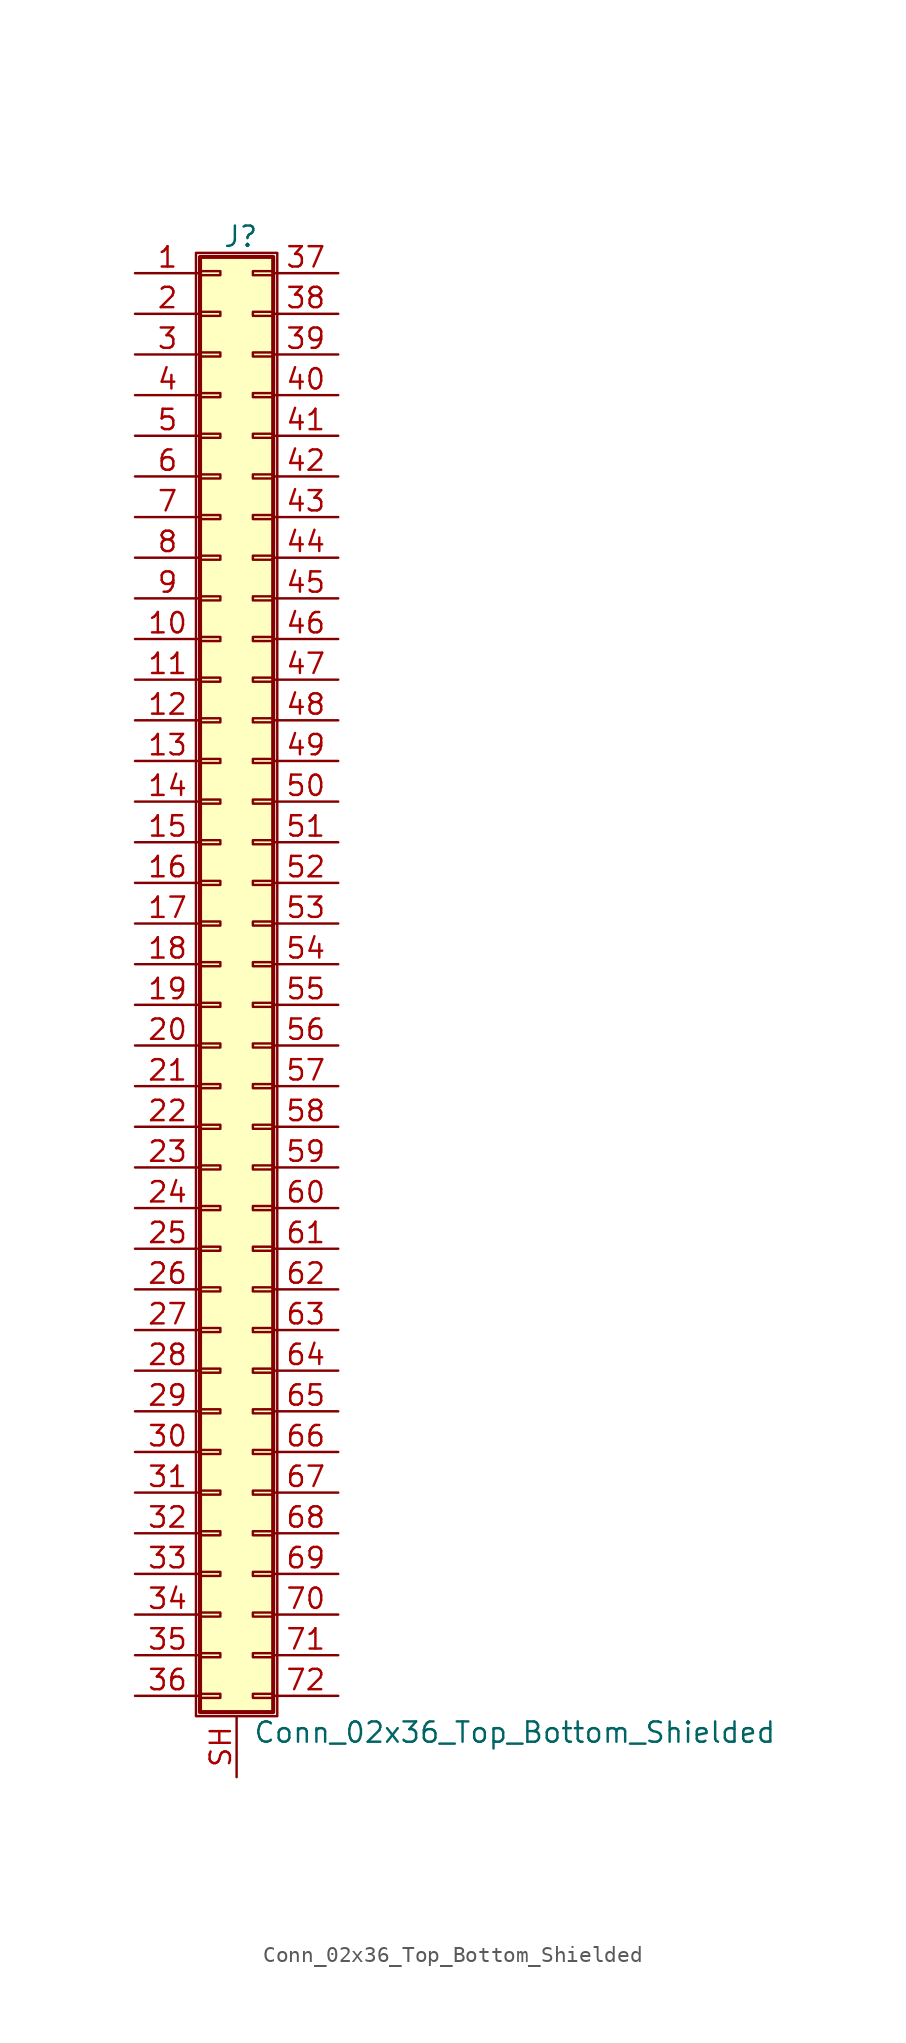
<source format=kicad_sym>
(kicad_symbol_lib
  (version 20201005)
  (generator kicad_symbol_editor)
  (symbol "Conn_02x36_Top_Bottom_Shielded"
    (pin_names
      (offset 1.016) hide)
    (property "Reference" "J"
      (at 1.524 45.466 0)
      (effects (font (size 1.27 1.27))))
    (property "Value" "Conn_02x36_Top_Bottom_Shielded"
      (at 2.286 -48.006 0)
      (effects (font (size 1.27 1.27)) (justify left)))
    (symbol "Conn_02x36_Top_Bottom_Shielded_1_1"
      (rectangle (start -1.27 44.45) (end 3.81 -46.99) (stroke (width 0.152)) (fill (type none)))
      (rectangle (start -1.016 -45.593) (end 0.254 -45.847) (stroke (width 0.152)) (fill (type none)))
      (rectangle (start -1.016 -43.053) (end 0.254 -43.307) (stroke (width 0.152)) (fill (type none)))
      (rectangle (start -1.016 -40.513) (end 0.254 -40.767) (stroke (width 0.152)) (fill (type none)))
      (rectangle (start -1.016 -37.973) (end 0.254 -38.227) (stroke (width 0.152)) (fill (type none)))
      (rectangle (start -1.016 -35.433) (end 0.254 -35.687) (stroke (width 0.152)) (fill (type none)))
      (rectangle (start -1.016 -32.893) (end 0.254 -33.147) (stroke (width 0.152)) (fill (type none)))
      (rectangle (start -1.016 -30.353) (end 0.254 -30.607) (stroke (width 0.152)) (fill (type none)))
      (rectangle (start -1.016 -27.813) (end 0.254 -28.067) (stroke (width 0.152)) (fill (type none)))
      (rectangle (start -1.016 -25.273) (end 0.254 -25.527) (stroke (width 0.152)) (fill (type none)))
      (rectangle (start -1.016 -22.733) (end 0.254 -22.987) (stroke (width 0.152)) (fill (type none)))
      (rectangle (start -1.016 -20.193) (end 0.254 -20.447) (stroke (width 0.152)) (fill (type none)))
      (rectangle (start -1.016 -17.653) (end 0.254 -17.907) (stroke (width 0.152)) (fill (type none)))
      (rectangle (start -1.016 -15.113) (end 0.254 -15.367) (stroke (width 0.152)) (fill (type none)))
      (rectangle (start -1.016 -12.573) (end 0.254 -12.827) (stroke (width 0.152)) (fill (type none)))
      (rectangle (start -1.016 -10.033) (end 0.254 -10.287) (stroke (width 0.152)) (fill (type none)))
      (rectangle (start -1.016 -7.493) (end 0.254 -7.747) (stroke (width 0.152)) (fill (type none)))
      (rectangle (start -1.016 -4.953) (end 0.254 -5.207) (stroke (width 0.152)) (fill (type none)))
      (rectangle (start -1.016 -2.413) (end 0.254 -2.667) (stroke (width 0.152)) (fill (type none)))
      (rectangle (start -1.016 0.127) (end 0.254 -0.127) (stroke (width 0.152)) (fill (type none)))
      (rectangle (start -1.016 2.667) (end 0.254 2.413) (stroke (width 0.152)) (fill (type none)))
      (rectangle (start -1.016 5.207) (end 0.254 4.953) (stroke (width 0.152)) (fill (type none)))
      (rectangle (start -1.016 7.747) (end 0.254 7.493) (stroke (width 0.152)) (fill (type none)))
      (rectangle (start -1.016 10.287) (end 0.254 10.033) (stroke (width 0.152)) (fill (type none)))
      (rectangle (start -1.016 12.827) (end 0.254 12.573) (stroke (width 0.152)) (fill (type none)))
      (rectangle (start -1.016 15.367) (end 0.254 15.113) (stroke (width 0.152)) (fill (type none)))
      (rectangle (start -1.016 17.907) (end 0.254 17.653) (stroke (width 0.152)) (fill (type none)))
      (rectangle (start -1.016 20.447) (end 0.254 20.193) (stroke (width 0.152)) (fill (type none)))
      (rectangle (start -1.016 22.987) (end 0.254 22.733) (stroke (width 0.152)) (fill (type none)))
      (rectangle (start -1.016 25.527) (end 0.254 25.273) (stroke (width 0.152)) (fill (type none)))
      (rectangle (start -1.016 28.067) (end 0.254 27.813) (stroke (width 0.152)) (fill (type none)))
      (rectangle (start -1.016 30.607) (end 0.254 30.353) (stroke (width 0.152)) (fill (type none)))
      (rectangle (start -1.016 33.147) (end 0.254 32.893) (stroke (width 0.152)) (fill (type none)))
      (rectangle (start -1.016 35.687) (end 0.254 35.433) (stroke (width 0.152)) (fill (type none)))
      (rectangle (start -1.016 38.227) (end 0.254 37.973) (stroke (width 0.152)) (fill (type none)))
      (rectangle (start -1.016 40.767) (end 0.254 40.513) (stroke (width 0.152)) (fill (type none)))
      (rectangle (start -1.016 43.307) (end 0.254 43.053) (stroke (width 0.152)) (fill (type none)))
      (rectangle (start 3.556 -45.593) (end 2.286 -45.847) (stroke (width 0.152)) (fill (type none)))
      (rectangle (start 3.556 -43.053) (end 2.286 -43.307) (stroke (width 0.152)) (fill (type none)))
      (rectangle (start 3.556 -40.513) (end 2.286 -40.767) (stroke (width 0.152)) (fill (type none)))
      (rectangle (start 3.556 -37.973) (end 2.286 -38.227) (stroke (width 0.152)) (fill (type none)))
      (rectangle (start 3.556 -35.433) (end 2.286 -35.687) (stroke (width 0.152)) (fill (type none)))
      (rectangle (start 3.556 -32.893) (end 2.286 -33.147) (stroke (width 0.152)) (fill (type none)))
      (rectangle (start 3.556 -30.353) (end 2.286 -30.607) (stroke (width 0.152)) (fill (type none)))
      (rectangle (start 3.556 -27.813) (end 2.286 -28.067) (stroke (width 0.152)) (fill (type none)))
      (rectangle (start 3.556 -25.273) (end 2.286 -25.527) (stroke (width 0.152)) (fill (type none)))
      (rectangle (start 3.556 -22.733) (end 2.286 -22.987) (stroke (width 0.152)) (fill (type none)))
      (rectangle (start 3.556 -20.193) (end 2.286 -20.447) (stroke (width 0.152)) (fill (type none)))
      (rectangle (start 3.556 -17.653) (end 2.286 -17.907) (stroke (width 0.152)) (fill (type none)))
      (rectangle (start 3.556 -15.113) (end 2.286 -15.367) (stroke (width 0.152)) (fill (type none)))
      (rectangle (start 3.556 -12.573) (end 2.286 -12.827) (stroke (width 0.152)) (fill (type none)))
      (rectangle (start 3.556 -10.033) (end 2.286 -10.287) (stroke (width 0.152)) (fill (type none)))
      (rectangle (start 3.556 -7.493) (end 2.286 -7.747) (stroke (width 0.152)) (fill (type none)))
      (rectangle (start 3.556 -4.953) (end 2.286 -5.207) (stroke (width 0.152)) (fill (type none)))
      (rectangle (start 3.556 -2.413) (end 2.286 -2.667) (stroke (width 0.152)) (fill (type none)))
      (rectangle (start 3.556 0.127) (end 2.286 -0.127) (stroke (width 0.152)) (fill (type none)))
      (rectangle (start 3.556 2.667) (end 2.286 2.413) (stroke (width 0.152)) (fill (type none)))
      (rectangle (start 3.556 5.207) (end 2.286 4.953) (stroke (width 0.152)) (fill (type none)))
      (rectangle (start 3.556 7.747) (end 2.286 7.493) (stroke (width 0.152)) (fill (type none)))
      (rectangle (start 3.556 10.287) (end 2.286 10.033) (stroke (width 0.152)) (fill (type none)))
      (rectangle (start 3.556 12.827) (end 2.286 12.573) (stroke (width 0.152)) (fill (type none)))
      (rectangle (start 3.556 15.367) (end 2.286 15.113) (stroke (width 0.152)) (fill (type none)))
      (rectangle (start 3.556 17.907) (end 2.286 17.653) (stroke (width 0.152)) (fill (type none)))
      (rectangle (start 3.556 20.447) (end 2.286 20.193) (stroke (width 0.152)) (fill (type none)))
      (rectangle (start 3.556 22.987) (end 2.286 22.733) (stroke (width 0.152)) (fill (type none)))
      (rectangle (start 3.556 25.527) (end 2.286 25.273) (stroke (width 0.152)) (fill (type none)))
      (rectangle (start 3.556 28.067) (end 2.286 27.813) (stroke (width 0.152)) (fill (type none)))
      (rectangle (start 3.556 30.607) (end 2.286 30.353) (stroke (width 0.152)) (fill (type none)))
      (rectangle (start 3.556 33.147) (end 2.286 32.893) (stroke (width 0.152)) (fill (type none)))
      (rectangle (start 3.556 35.687) (end 2.286 35.433) (stroke (width 0.152)) (fill (type none)))
      (rectangle (start 3.556 38.227) (end 2.286 37.973) (stroke (width 0.152)) (fill (type none)))
      (rectangle (start 3.556 40.767) (end 2.286 40.513) (stroke (width 0.152)) (fill (type none)))
      (rectangle (start 3.556 43.307) (end 2.286 43.053) (stroke (width 0.152)) (fill (type none)))
      (rectangle (start -1.016 44.196) (end 3.556 -46.736) (stroke (width 0.254)) (fill (type background)))
      (pin passive line (at -5.08 43.18 0) (length 4.064) (name "Pin_1" (effects (font (size 1.27 1.27)))) (number "1" (effects (font (size 1.27 1.27)))))
      (pin passive line (at -5.08 20.32 0) (length 4.064) (name "Pin_10" (effects (font (size 1.27 1.27)))) (number "10" (effects (font (size 1.27 1.27)))))
      (pin passive line (at -5.08 17.78 0) (length 4.064) (name "Pin_11" (effects (font (size 1.27 1.27)))) (number "11" (effects (font (size 1.27 1.27)))))
      (pin passive line (at -5.08 15.24 0) (length 4.064) (name "Pin_12" (effects (font (size 1.27 1.27)))) (number "12" (effects (font (size 1.27 1.27)))))
      (pin passive line (at -5.08 12.7 0) (length 4.064) (name "Pin_13" (effects (font (size 1.27 1.27)))) (number "13" (effects (font (size 1.27 1.27)))))
      (pin passive line (at -5.08 10.16 0) (length 4.064) (name "Pin_14" (effects (font (size 1.27 1.27)))) (number "14" (effects (font (size 1.27 1.27)))))
      (pin passive line (at -5.08 7.62 0) (length 4.064) (name "Pin_15" (effects (font (size 1.27 1.27)))) (number "15" (effects (font (size 1.27 1.27)))))
      (pin passive line (at -5.08 5.08 0) (length 4.064) (name "Pin_16" (effects (font (size 1.27 1.27)))) (number "16" (effects (font (size 1.27 1.27)))))
      (pin passive line (at -5.08 2.54 0) (length 4.064) (name "Pin_17" (effects (font (size 1.27 1.27)))) (number "17" (effects (font (size 1.27 1.27)))))
      (pin passive line (at -5.08 0 0) (length 4.064) (name "Pin_18" (effects (font (size 1.27 1.27)))) (number "18" (effects (font (size 1.27 1.27)))))
      (pin passive line (at -5.08 -2.54 0) (length 4.064) (name "Pin_19" (effects (font (size 1.27 1.27)))) (number "19" (effects (font (size 1.27 1.27)))))
      (pin passive line (at -5.08 40.64 0) (length 4.064) (name "Pin_2" (effects (font (size 1.27 1.27)))) (number "2" (effects (font (size 1.27 1.27)))))
      (pin passive line (at -5.08 -5.08 0) (length 4.064) (name "Pin_20" (effects (font (size 1.27 1.27)))) (number "20" (effects (font (size 1.27 1.27)))))
      (pin passive line (at -5.08 -7.62 0) (length 4.064) (name "Pin_21" (effects (font (size 1.27 1.27)))) (number "21" (effects (font (size 1.27 1.27)))))
      (pin passive line (at -5.08 -10.16 0) (length 4.064) (name "Pin_22" (effects (font (size 1.27 1.27)))) (number "22" (effects (font (size 1.27 1.27)))))
      (pin passive line (at -5.08 -12.7 0) (length 4.064) (name "Pin_23" (effects (font (size 1.27 1.27)))) (number "23" (effects (font (size 1.27 1.27)))))
      (pin passive line (at -5.08 -15.24 0) (length 4.064) (name "Pin_24" (effects (font (size 1.27 1.27)))) (number "24" (effects (font (size 1.27 1.27)))))
      (pin passive line (at -5.08 -17.78 0) (length 4.064) (name "Pin_25" (effects (font (size 1.27 1.27)))) (number "25" (effects (font (size 1.27 1.27)))))
      (pin passive line (at -5.08 -20.32 0) (length 4.064) (name "Pin_26" (effects (font (size 1.27 1.27)))) (number "26" (effects (font (size 1.27 1.27)))))
      (pin passive line (at -5.08 -22.86 0) (length 4.064) (name "Pin_27" (effects (font (size 1.27 1.27)))) (number "27" (effects (font (size 1.27 1.27)))))
      (pin passive line (at -5.08 -25.4 0) (length 4.064) (name "Pin_28" (effects (font (size 1.27 1.27)))) (number "28" (effects (font (size 1.27 1.27)))))
      (pin passive line (at -5.08 -27.94 0) (length 4.064) (name "Pin_29" (effects (font (size 1.27 1.27)))) (number "29" (effects (font (size 1.27 1.27)))))
      (pin passive line (at -5.08 38.1 0) (length 4.064) (name "Pin_3" (effects (font (size 1.27 1.27)))) (number "3" (effects (font (size 1.27 1.27)))))
      (pin passive line (at -5.08 -30.48 0) (length 4.064) (name "Pin_30" (effects (font (size 1.27 1.27)))) (number "30" (effects (font (size 1.27 1.27)))))
      (pin passive line (at -5.08 -33.02 0) (length 4.064) (name "Pin_31" (effects (font (size 1.27 1.27)))) (number "31" (effects (font (size 1.27 1.27)))))
      (pin passive line (at -5.08 -35.56 0) (length 4.064) (name "Pin_32" (effects (font (size 1.27 1.27)))) (number "32" (effects (font (size 1.27 1.27)))))
      (pin passive line (at -5.08 -38.1 0) (length 4.064) (name "Pin_33" (effects (font (size 1.27 1.27)))) (number "33" (effects (font (size 1.27 1.27)))))
      (pin passive line (at -5.08 -40.64 0) (length 4.064) (name "Pin_34" (effects (font (size 1.27 1.27)))) (number "34" (effects (font (size 1.27 1.27)))))
      (pin passive line (at -5.08 -43.18 0) (length 4.064) (name "Pin_35" (effects (font (size 1.27 1.27)))) (number "35" (effects (font (size 1.27 1.27)))))
      (pin passive line (at -5.08 -45.72 0) (length 4.064) (name "Pin_36" (effects (font (size 1.27 1.27)))) (number "36" (effects (font (size 1.27 1.27)))))
      (pin passive line (at 7.62 43.18 180) (length 4.064) (name "Pin_37" (effects (font (size 1.27 1.27)))) (number "37" (effects (font (size 1.27 1.27)))))
      (pin passive line (at 7.62 40.64 180) (length 4.064) (name "Pin_38" (effects (font (size 1.27 1.27)))) (number "38" (effects (font (size 1.27 1.27)))))
      (pin passive line (at 7.62 38.1 180) (length 4.064) (name "Pin_39" (effects (font (size 1.27 1.27)))) (number "39" (effects (font (size 1.27 1.27)))))
      (pin passive line (at -5.08 35.56 0) (length 4.064) (name "Pin_4" (effects (font (size 1.27 1.27)))) (number "4" (effects (font (size 1.27 1.27)))))
      (pin passive line (at 7.62 35.56 180) (length 4.064) (name "Pin_40" (effects (font (size 1.27 1.27)))) (number "40" (effects (font (size 1.27 1.27)))))
      (pin passive line (at 7.62 33.02 180) (length 4.064) (name "Pin_41" (effects (font (size 1.27 1.27)))) (number "41" (effects (font (size 1.27 1.27)))))
      (pin passive line (at 7.62 30.48 180) (length 4.064) (name "Pin_42" (effects (font (size 1.27 1.27)))) (number "42" (effects (font (size 1.27 1.27)))))
      (pin passive line (at 7.62 27.94 180) (length 4.064) (name "Pin_43" (effects (font (size 1.27 1.27)))) (number "43" (effects (font (size 1.27 1.27)))))
      (pin passive line (at 7.62 25.4 180) (length 4.064) (name "Pin_44" (effects (font (size 1.27 1.27)))) (number "44" (effects (font (size 1.27 1.27)))))
      (pin passive line (at 7.62 22.86 180) (length 4.064) (name "Pin_45" (effects (font (size 1.27 1.27)))) (number "45" (effects (font (size 1.27 1.27)))))
      (pin passive line (at 7.62 20.32 180) (length 4.064) (name "Pin_46" (effects (font (size 1.27 1.27)))) (number "46" (effects (font (size 1.27 1.27)))))
      (pin passive line (at 7.62 17.78 180) (length 4.064) (name "Pin_47" (effects (font (size 1.27 1.27)))) (number "47" (effects (font (size 1.27 1.27)))))
      (pin passive line (at 7.62 15.24 180) (length 4.064) (name "Pin_48" (effects (font (size 1.27 1.27)))) (number "48" (effects (font (size 1.27 1.27)))))
      (pin passive line (at 7.62 12.7 180) (length 4.064) (name "Pin_49" (effects (font (size 1.27 1.27)))) (number "49" (effects (font (size 1.27 1.27)))))
      (pin passive line (at -5.08 33.02 0) (length 4.064) (name "Pin_5" (effects (font (size 1.27 1.27)))) (number "5" (effects (font (size 1.27 1.27)))))
      (pin passive line (at 7.62 10.16 180) (length 4.064) (name "Pin_50" (effects (font (size 1.27 1.27)))) (number "50" (effects (font (size 1.27 1.27)))))
      (pin passive line (at 7.62 7.62 180) (length 4.064) (name "Pin_51" (effects (font (size 1.27 1.27)))) (number "51" (effects (font (size 1.27 1.27)))))
      (pin passive line (at 7.62 5.08 180) (length 4.064) (name "Pin_52" (effects (font (size 1.27 1.27)))) (number "52" (effects (font (size 1.27 1.27)))))
      (pin passive line (at 7.62 2.54 180) (length 4.064) (name "Pin_53" (effects (font (size 1.27 1.27)))) (number "53" (effects (font (size 1.27 1.27)))))
      (pin passive line (at 7.62 0 180) (length 4.064) (name "Pin_54" (effects (font (size 1.27 1.27)))) (number "54" (effects (font (size 1.27 1.27)))))
      (pin passive line (at 7.62 -2.54 180) (length 4.064) (name "Pin_55" (effects (font (size 1.27 1.27)))) (number "55" (effects (font (size 1.27 1.27)))))
      (pin passive line (at 7.62 -5.08 180) (length 4.064) (name "Pin_56" (effects (font (size 1.27 1.27)))) (number "56" (effects (font (size 1.27 1.27)))))
      (pin passive line (at 7.62 -7.62 180) (length 4.064) (name "Pin_57" (effects (font (size 1.27 1.27)))) (number "57" (effects (font (size 1.27 1.27)))))
      (pin passive line (at 7.62 -10.16 180) (length 4.064) (name "Pin_58" (effects (font (size 1.27 1.27)))) (number "58" (effects (font (size 1.27 1.27)))))
      (pin passive line (at 7.62 -12.7 180) (length 4.064) (name "Pin_59" (effects (font (size 1.27 1.27)))) (number "59" (effects (font (size 1.27 1.27)))))
      (pin passive line (at -5.08 30.48 0) (length 4.064) (name "Pin_6" (effects (font (size 1.27 1.27)))) (number "6" (effects (font (size 1.27 1.27)))))
      (pin passive line (at 7.62 -15.24 180) (length 4.064) (name "Pin_60" (effects (font (size 1.27 1.27)))) (number "60" (effects (font (size 1.27 1.27)))))
      (pin passive line (at 7.62 -17.78 180) (length 4.064) (name "Pin_61" (effects (font (size 1.27 1.27)))) (number "61" (effects (font (size 1.27 1.27)))))
      (pin passive line (at 7.62 -20.32 180) (length 4.064) (name "Pin_62" (effects (font (size 1.27 1.27)))) (number "62" (effects (font (size 1.27 1.27)))))
      (pin passive line (at 7.62 -22.86 180) (length 4.064) (name "Pin_63" (effects (font (size 1.27 1.27)))) (number "63" (effects (font (size 1.27 1.27)))))
      (pin passive line (at 7.62 -25.4 180) (length 4.064) (name "Pin_64" (effects (font (size 1.27 1.27)))) (number "64" (effects (font (size 1.27 1.27)))))
      (pin passive line (at 7.62 -27.94 180) (length 4.064) (name "Pin_65" (effects (font (size 1.27 1.27)))) (number "65" (effects (font (size 1.27 1.27)))))
      (pin passive line (at 7.62 -30.48 180) (length 4.064) (name "Pin_66" (effects (font (size 1.27 1.27)))) (number "66" (effects (font (size 1.27 1.27)))))
      (pin passive line (at 7.62 -33.02 180) (length 4.064) (name "Pin_67" (effects (font (size 1.27 1.27)))) (number "67" (effects (font (size 1.27 1.27)))))
      (pin passive line (at 7.62 -35.56 180) (length 4.064) (name "Pin_68" (effects (font (size 1.27 1.27)))) (number "68" (effects (font (size 1.27 1.27)))))
      (pin passive line (at 7.62 -38.1 180) (length 4.064) (name "Pin_69" (effects (font (size 1.27 1.27)))) (number "69" (effects (font (size 1.27 1.27)))))
      (pin passive line (at -5.08 27.94 0) (length 4.064) (name "Pin_7" (effects (font (size 1.27 1.27)))) (number "7" (effects (font (size 1.27 1.27)))))
      (pin passive line (at 7.62 -40.64 180) (length 4.064) (name "Pin_70" (effects (font (size 1.27 1.27)))) (number "70" (effects (font (size 1.27 1.27)))))
      (pin passive line (at 7.62 -43.18 180) (length 4.064) (name "Pin_71" (effects (font (size 1.27 1.27)))) (number "71" (effects (font (size 1.27 1.27)))))
      (pin passive line (at 7.62 -45.72 180) (length 4.064) (name "Pin_72" (effects (font (size 1.27 1.27)))) (number "72" (effects (font (size 1.27 1.27)))))
      (pin passive line (at -5.08 25.4 0) (length 4.064) (name "Pin_8" (effects (font (size 1.27 1.27)))) (number "8" (effects (font (size 1.27 1.27)))))
      (pin passive line (at -5.08 22.86 0) (length 4.064) (name "Pin_9" (effects (font (size 1.27 1.27)))) (number "9" (effects (font (size 1.27 1.27)))))
      (pin passive line (at 1.27 -50.8 90) (length 3.81) (name "Shield" (effects (font (size 1.27 1.27)))) (number "SH" (effects (font (size 1.27 1.27))))))))
</source>
